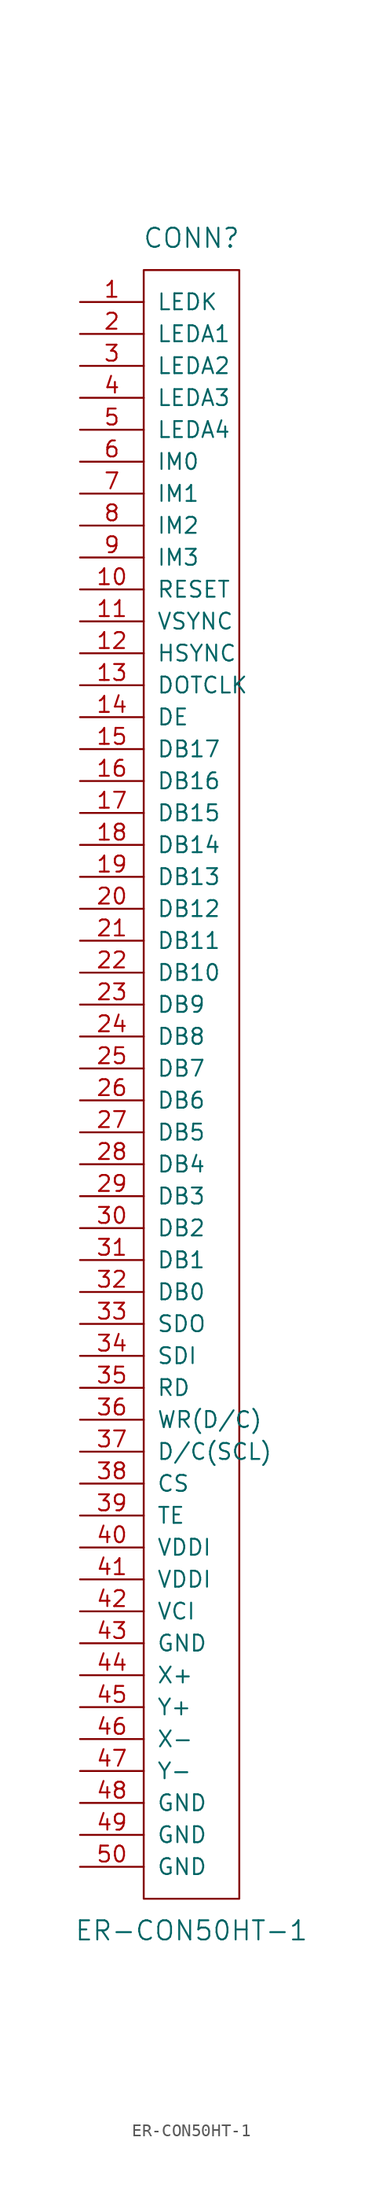
<source format=kicad_sym>
(kicad_symbol_lib
  (version 20231120)
  (generator "kicad_symbol_editor")
  (generator_version "8.0")
  (symbol "ER-CON50HT-1"
    (pin_names
      (offset 1.016))
    (property "Reference" "CONN"
      (at 0 49.53 0)
      (effects (font (size 1.524 1.524))))
    (property "Value" "ER-CON50HT-1"
      (at 0 -85.09 0)
      (effects (font (size 1.524 1.524))))
    (symbol "ER-CON50HT-1_0_1"
      (rectangle (start -3.81 46.99) (end 3.81 -82.55) (stroke (width 0) (type solid)) (fill (type none))))
    (symbol "ER-CON50HT-1_1_1"
      (pin power_in line (at -8.89 44.45 0) (length 5.08) (name "LEDK" (effects (font (size 1.27 1.27)))) (number "1" (effects (font (size 1.27 1.27)))))
      (pin input line (at -8.89 21.59 0) (length 5.08) (name "RESET" (effects (font (size 1.27 1.27)))) (number "10" (effects (font (size 1.27 1.27)))))
      (pin input line (at -8.89 19.05 0) (length 5.08) (name "VSYNC" (effects (font (size 1.27 1.27)))) (number "11" (effects (font (size 1.27 1.27)))))
      (pin input line (at -8.89 16.51 0) (length 5.08) (name "HSYNC" (effects (font (size 1.27 1.27)))) (number "12" (effects (font (size 1.27 1.27)))))
      (pin input line (at -8.89 13.97 0) (length 5.08) (name "DOTCLK" (effects (font (size 1.27 1.27)))) (number "13" (effects (font (size 1.27 1.27)))))
      (pin input line (at -8.89 11.43 0) (length 5.08) (name "DE" (effects (font (size 1.27 1.27)))) (number "14" (effects (font (size 1.27 1.27)))))
      (pin input line (at -8.89 8.89 0) (length 5.08) (name "DB17" (effects (font (size 1.27 1.27)))) (number "15" (effects (font (size 1.27 1.27)))))
      (pin input line (at -8.89 6.35 0) (length 5.08) (name "DB16" (effects (font (size 1.27 1.27)))) (number "16" (effects (font (size 1.27 1.27)))))
      (pin input line (at -8.89 3.81 0) (length 5.08) (name "DB15" (effects (font (size 1.27 1.27)))) (number "17" (effects (font (size 1.27 1.27)))))
      (pin input line (at -8.89 1.27 0) (length 5.08) (name "DB14" (effects (font (size 1.27 1.27)))) (number "18" (effects (font (size 1.27 1.27)))))
      (pin input line (at -8.89 -1.27 0) (length 5.08) (name "DB13" (effects (font (size 1.27 1.27)))) (number "19" (effects (font (size 1.27 1.27)))))
      (pin input line (at -8.89 41.91 0) (length 5.08) (name "LEDA1" (effects (font (size 1.27 1.27)))) (number "2" (effects (font (size 1.27 1.27)))))
      (pin input line (at -8.89 -3.81 0) (length 5.08) (name "DB12" (effects (font (size 1.27 1.27)))) (number "20" (effects (font (size 1.27 1.27)))))
      (pin input line (at -8.89 -6.35 0) (length 5.08) (name "DB11" (effects (font (size 1.27 1.27)))) (number "21" (effects (font (size 1.27 1.27)))))
      (pin input line (at -8.89 -8.89 0) (length 5.08) (name "DB10" (effects (font (size 1.27 1.27)))) (number "22" (effects (font (size 1.27 1.27)))))
      (pin input line (at -8.89 -11.43 0) (length 5.08) (name "DB9" (effects (font (size 1.27 1.27)))) (number "23" (effects (font (size 1.27 1.27)))))
      (pin input line (at -8.89 -13.97 0) (length 5.08) (name "DB8" (effects (font (size 1.27 1.27)))) (number "24" (effects (font (size 1.27 1.27)))))
      (pin input line (at -8.89 -16.51 0) (length 5.08) (name "DB7" (effects (font (size 1.27 1.27)))) (number "25" (effects (font (size 1.27 1.27)))))
      (pin input line (at -8.89 -19.05 0) (length 5.08) (name "DB6" (effects (font (size 1.27 1.27)))) (number "26" (effects (font (size 1.27 1.27)))))
      (pin input line (at -8.89 -21.59 0) (length 5.08) (name "DB5" (effects (font (size 1.27 1.27)))) (number "27" (effects (font (size 1.27 1.27)))))
      (pin input line (at -8.89 -24.13 0) (length 5.08) (name "DB4" (effects (font (size 1.27 1.27)))) (number "28" (effects (font (size 1.27 1.27)))))
      (pin input line (at -8.89 -26.67 0) (length 5.08) (name "DB3" (effects (font (size 1.27 1.27)))) (number "29" (effects (font (size 1.27 1.27)))))
      (pin input line (at -8.89 39.37 0) (length 5.08) (name "LEDA2" (effects (font (size 1.27 1.27)))) (number "3" (effects (font (size 1.27 1.27)))))
      (pin input line (at -8.89 -29.21 0) (length 5.08) (name "DB2" (effects (font (size 1.27 1.27)))) (number "30" (effects (font (size 1.27 1.27)))))
      (pin input line (at -8.89 -31.75 0) (length 5.08) (name "DB1" (effects (font (size 1.27 1.27)))) (number "31" (effects (font (size 1.27 1.27)))))
      (pin input line (at -8.89 -34.29 0) (length 5.08) (name "DB0" (effects (font (size 1.27 1.27)))) (number "32" (effects (font (size 1.27 1.27)))))
      (pin input line (at -8.89 -36.83 0) (length 5.08) (name "SDO" (effects (font (size 1.27 1.27)))) (number "33" (effects (font (size 1.27 1.27)))))
      (pin input line (at -8.89 -39.37 0) (length 5.08) (name "SDI" (effects (font (size 1.27 1.27)))) (number "34" (effects (font (size 1.27 1.27)))))
      (pin input line (at -8.89 -41.91 0) (length 5.08) (name "RD" (effects (font (size 1.27 1.27)))) (number "35" (effects (font (size 1.27 1.27)))))
      (pin input line (at -8.89 -44.45 0) (length 5.08) (name "WR(D/C)" (effects (font (size 1.27 1.27)))) (number "36" (effects (font (size 1.27 1.27)))))
      (pin input line (at -8.89 -46.99 0) (length 5.08) (name "D/C(SCL)" (effects (font (size 1.27 1.27)))) (number "37" (effects (font (size 1.27 1.27)))))
      (pin input line (at -8.89 -49.53 0) (length 5.08) (name "CS" (effects (font (size 1.27 1.27)))) (number "38" (effects (font (size 1.27 1.27)))))
      (pin input line (at -8.89 -52.07 0) (length 5.08) (name "TE" (effects (font (size 1.27 1.27)))) (number "39" (effects (font (size 1.27 1.27)))))
      (pin input line (at -8.89 36.83 0) (length 5.08) (name "LEDA3" (effects (font (size 1.27 1.27)))) (number "4" (effects (font (size 1.27 1.27)))))
      (pin input line (at -8.89 -54.61 0) (length 5.08) (name "VDDI" (effects (font (size 1.27 1.27)))) (number "40" (effects (font (size 1.27 1.27)))))
      (pin input line (at -8.89 -57.15 0) (length 5.08) (name "VDDI" (effects (font (size 1.27 1.27)))) (number "41" (effects (font (size 1.27 1.27)))))
      (pin input line (at -8.89 -59.69 0) (length 5.08) (name "VCI" (effects (font (size 1.27 1.27)))) (number "42" (effects (font (size 1.27 1.27)))))
      (pin input line (at -8.89 -62.23 0) (length 5.08) (name "GND" (effects (font (size 1.27 1.27)))) (number "43" (effects (font (size 1.27 1.27)))))
      (pin input line (at -8.89 -64.77 0) (length 5.08) (name "X+" (effects (font (size 1.27 1.27)))) (number "44" (effects (font (size 1.27 1.27)))))
      (pin input line (at -8.89 -67.31 0) (length 5.08) (name "Y+" (effects (font (size 1.27 1.27)))) (number "45" (effects (font (size 1.27 1.27)))))
      (pin input line (at -8.89 -69.85 0) (length 5.08) (name "X-" (effects (font (size 1.27 1.27)))) (number "46" (effects (font (size 1.27 1.27)))))
      (pin input line (at -8.89 -72.39 0) (length 5.08) (name "Y-" (effects (font (size 1.27 1.27)))) (number "47" (effects (font (size 1.27 1.27)))))
      (pin input line (at -8.89 -74.93 0) (length 5.08) (name "GND" (effects (font (size 1.27 1.27)))) (number "48" (effects (font (size 1.27 1.27)))))
      (pin input line (at -8.89 -77.47 0) (length 5.08) (name "GND" (effects (font (size 1.27 1.27)))) (number "49" (effects (font (size 1.27 1.27)))))
      (pin input line (at -8.89 34.29 0) (length 5.08) (name "LEDA4" (effects (font (size 1.27 1.27)))) (number "5" (effects (font (size 1.27 1.27)))))
      (pin input line (at -8.89 -80.01 0) (length 5.08) (name "GND" (effects (font (size 1.27 1.27)))) (number "50" (effects (font (size 1.27 1.27)))))
      (pin input line (at -8.89 31.75 0) (length 5.08) (name "IM0" (effects (font (size 1.27 1.27)))) (number "6" (effects (font (size 1.27 1.27)))))
      (pin input line (at -8.89 29.21 0) (length 5.08) (name "IM1" (effects (font (size 1.27 1.27)))) (number "7" (effects (font (size 1.27 1.27)))))
      (pin input line (at -8.89 26.67 0) (length 5.08) (name "IM2" (effects (font (size 1.27 1.27)))) (number "8" (effects (font (size 1.27 1.27)))))
      (pin input line (at -8.89 24.13 0) (length 5.08) (name "IM3" (effects (font (size 1.27 1.27)))) (number "9" (effects (font (size 1.27 1.27))))))))
</source>
